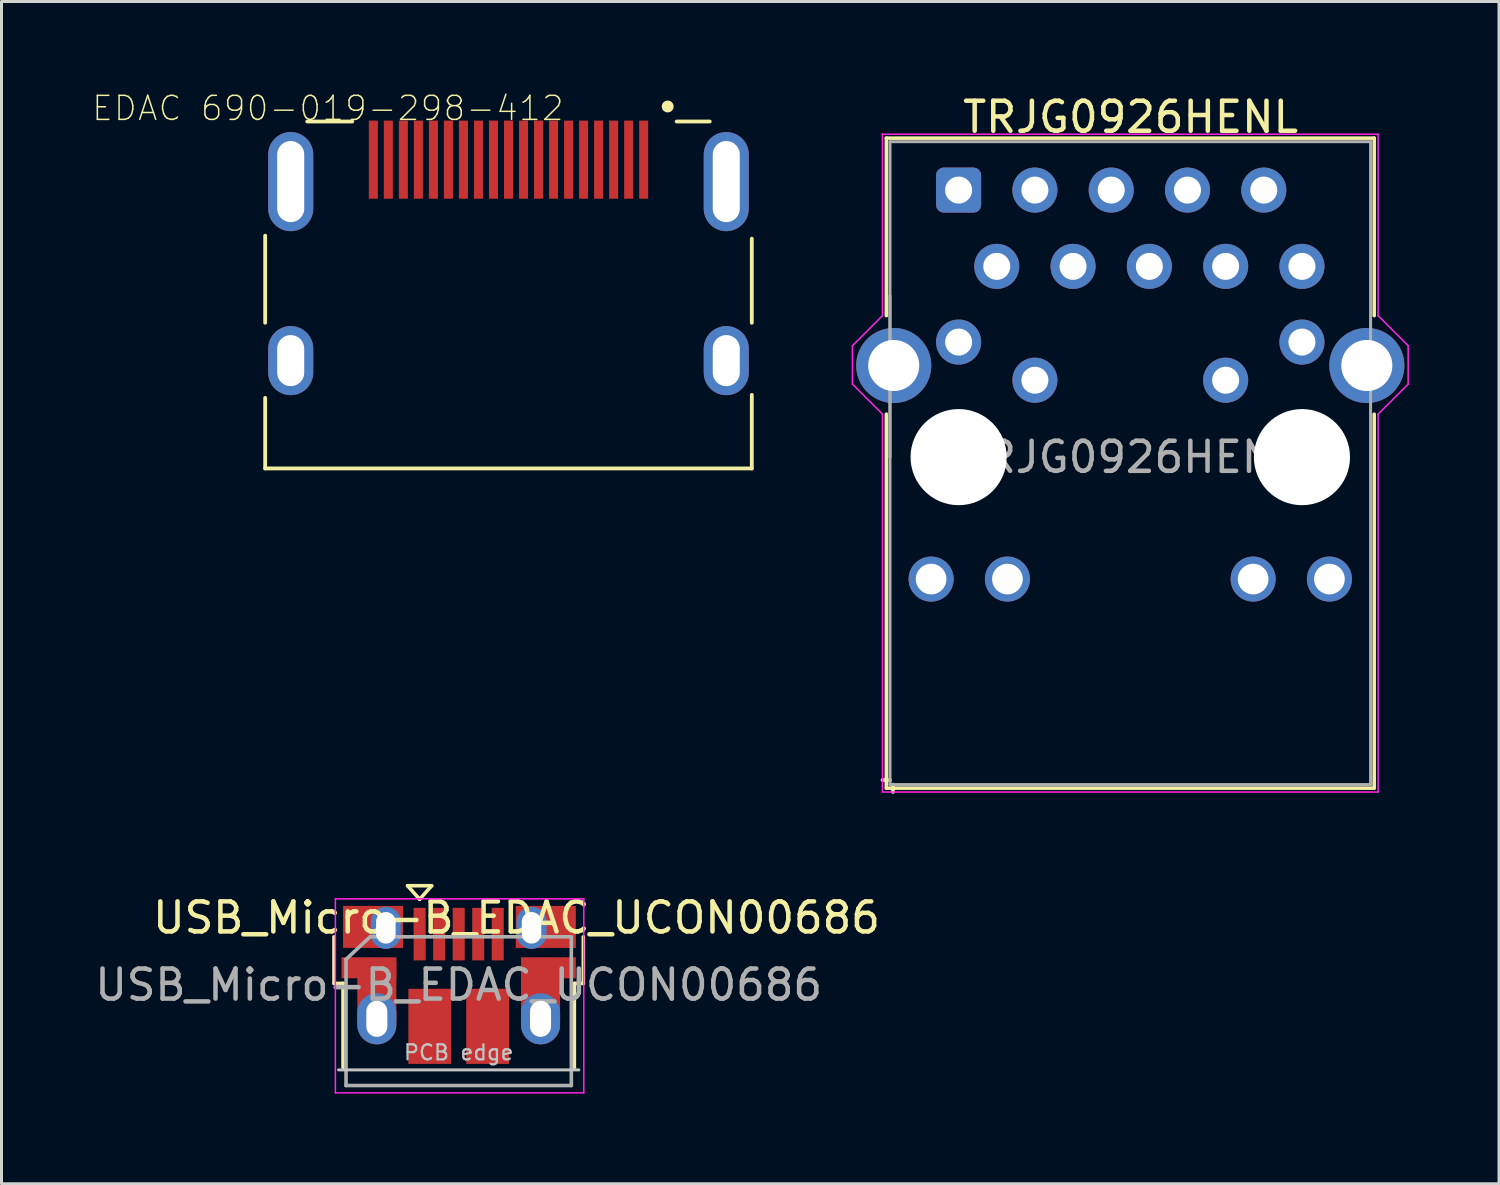
<source format=kicad_pcb>
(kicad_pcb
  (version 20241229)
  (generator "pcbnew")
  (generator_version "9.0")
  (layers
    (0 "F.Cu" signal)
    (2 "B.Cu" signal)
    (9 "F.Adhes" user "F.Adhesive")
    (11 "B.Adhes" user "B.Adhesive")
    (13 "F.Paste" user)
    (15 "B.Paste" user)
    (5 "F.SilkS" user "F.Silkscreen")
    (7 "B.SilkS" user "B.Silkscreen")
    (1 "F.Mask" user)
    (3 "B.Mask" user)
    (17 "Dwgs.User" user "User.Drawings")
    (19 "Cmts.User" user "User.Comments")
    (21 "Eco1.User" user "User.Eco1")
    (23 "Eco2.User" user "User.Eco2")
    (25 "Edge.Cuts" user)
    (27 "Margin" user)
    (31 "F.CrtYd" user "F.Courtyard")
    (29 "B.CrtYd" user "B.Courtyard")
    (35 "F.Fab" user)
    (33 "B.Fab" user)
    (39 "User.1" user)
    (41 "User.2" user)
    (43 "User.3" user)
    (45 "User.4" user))
  (footprint "EDAC 690-019-298-412"
    (layer "F.Cu")
    (at 13.878 2.995)
    (property "Reference" "EDAC 690-019-298-412" (at -6.011 -2.439 0) (layer "F.SilkS") (effects (font (size 0.8 0.8) (thickness 0.05))))
    (attr smd)
    (fp_line (start -8.1 4.7) (end -8.1 1.8) (stroke (width 0.127) (type solid)) (layer "F.SilkS"))
    (fp_line (start -8.1 9.55) (end -8.1 7.2) (stroke (width 0.127) (type solid)) (layer "F.SilkS"))
    (fp_line (start -8.1 9.55) (end 8.1 9.55) (stroke (width 0.127) (type solid)) (layer "F.SilkS"))
    (fp_line (start -6.7 -2) (end -5.2 -2) (stroke (width 0.127) (type solid)) (layer "F.SilkS"))
    (fp_line (start 5.6 -2) (end 6.7 -2) (stroke (width 0.127) (type solid)) (layer "F.SilkS"))
    (fp_line (start 8.1 1.9) (end 8.1 4.7) (stroke (width 0.127) (type solid)) (layer "F.SilkS"))
    (fp_line (start 8.1 7.1) (end 8.1 9.55) (stroke (width 0.127) (type solid)) (layer "F.SilkS"))
    (fp_circle (center 5.3 -2.5) (end 5.4 -2.5) (stroke (width 0.2) (type solid)) (fill no) (layer "F.SilkS"))
    (fp_line (start -8.35 -2.2) (end 8.4 -2.2) (stroke (width 0.05) (type solid)) (layer "Eco1.User"))
    (fp_line (start -8.35 8.5) (end -8.35 -2.2) (stroke (width 0.05) (type solid)) (layer "Eco1.User"))
    (fp_line (start -8.35 9.5) (end -8.35 8.5) (stroke (width 0.05) (type solid)) (layer "Eco1.User"))
    (fp_line (start 8.4 -2.2) (end 8.4 9.5) (stroke (width 0.05) (type solid)) (layer "Eco1.User"))
    (fp_line (start 8.4 9.5) (end -8.35 9.5) (stroke (width 0.05) (type solid)) (layer "Eco1.User"))
    (fp_line (start -8.1 -2) (end 8.1 -2) (stroke (width 0.127) (type solid)) (layer "Eco2.User"))
    (fp_line (start -8.1 8.5) (end -8.1 -2) (stroke (width 0.127) (type solid)) (layer "Eco2.User"))
    (fp_line (start -8.1 10.55) (end -8.1 8.5) (stroke (width 0.127) (type solid)) (layer "Eco2.User"))
    (fp_line (start 8.1 -2) (end 8.1 8.5) (stroke (width 0.127) (type solid)) (layer "Eco2.User"))
    (fp_line (start 8.1 8.5) (end 8.1 10.55) (stroke (width 0.127) (type solid)) (layer "Eco2.User"))
    (fp_line (start 8.1 10.55) (end -8.1 10.55) (stroke (width 0.127) (type solid)) (layer "Eco2.User"))
    (pad "1" smd rect (at 4.5 -0.73 90) (size 2.6 0.3) (layers "F.Cu" "F.Mask" "F.Paste"))
    (pad "2" smd rect (at 4 -0.73 90) (size 2.6 0.3) (layers "F.Cu" "F.Mask" "F.Paste"))
    (pad "3" smd rect (at 3.5 -0.73 90) (size 2.6 0.3) (layers "F.Cu" "F.Mask" "F.Paste"))
    (pad "4" smd rect (at 3 -0.73 90) (size 2.6 0.3) (layers "F.Cu" "F.Mask" "F.Paste"))
    (pad "5" smd rect (at 2.5 -0.73 90) (size 2.6 0.3) (layers "F.Cu" "F.Mask" "F.Paste"))
    (pad "6" smd rect (at 2 -0.73 90) (size 2.6 0.3) (layers "F.Cu" "F.Mask" "F.Paste"))
    (pad "7" smd rect (at 1.5 -0.73 90) (size 2.6 0.3) (layers "F.Cu" "F.Mask" "F.Paste"))
    (pad "8" smd rect (at 1 -0.73 90) (size 2.6 0.3) (layers "F.Cu" "F.Mask" "F.Paste"))
    (pad "9" smd rect (at 0.5 -0.73 90) (size 2.6 0.3) (layers "F.Cu" "F.Mask" "F.Paste"))
    (pad "10" smd rect (at 0 -0.73 90) (size 2.6 0.3) (layers "F.Cu" "F.Mask" "F.Paste"))
    (pad "11" smd rect (at -0.5 -0.73 90) (size 2.6 0.3) (layers "F.Cu" "F.Mask" "F.Paste"))
    (pad "12" smd rect (at -1 -0.73 90) (size 2.6 0.3) (layers "F.Cu" "F.Mask" "F.Paste"))
    (pad "13" smd rect (at -1.5 -0.73 90) (size 2.6 0.3) (layers "F.Cu" "F.Mask" "F.Paste"))
    (pad "14" smd rect (at -2 -0.73 90) (size 2.6 0.3) (layers "F.Cu" "F.Mask" "F.Paste"))
    (pad "15" smd rect (at -2.5 -0.73 90) (size 2.6 0.3) (layers "F.Cu" "F.Mask" "F.Paste"))
    (pad "16" smd rect (at -3 -0.73 90) (size 2.6 0.3) (layers "F.Cu" "F.Mask" "F.Paste"))
    (pad "17" smd rect (at -3.5 -0.73 90) (size 2.6 0.3) (layers "F.Cu" "F.Mask" "F.Paste"))
    (pad "18" smd rect (at -4 -0.73 90) (size 2.6 0.3) (layers "F.Cu" "F.Mask" "F.Paste"))
    (pad "19" smd rect (at -4.5 -0.73 90) (size 2.6 0.3) (layers "F.Cu" "F.Mask" "F.Paste"))
    (pad "SH1" thru_hole oval (at 7.25 0) (size 1.5 3.3) (drill oval 0.9 2.7) (layers "*.Cu" "*.Mask"))
    (pad "SH2" thru_hole oval (at -7.25 0) (size 1.5 3.3) (drill oval 0.9 2.7) (layers "*.Cu" "*.Mask"))
    (pad "SH3" thru_hole oval (at -7.25 5.96) (size 1.5 2.3) (drill oval 0.9 1.7) (layers "*.Cu" "*.Mask"))
    (pad "SH4" thru_hole oval (at 7.25 5.96) (size 1.5 2.3) (drill oval 0.9 1.7) (layers "*.Cu" "*.Mask")))
  (footprint "TRJG0926HENL"
    (layer "F.Cu")
    (at 34.578 12.168)
    (property "Reference" "TRJG0926HENL" (at 0.01 -11.32 0) (layer "F.SilkS") (effects (font (size 1 1) (thickness 0.15))))
    (attr through_hole)
    (fp_line (start -8.12 -10.62) (end -8.12 -4.71) (stroke (width 0.12) (type solid)) (layer "F.SilkS"))
    (fp_line (start -8.12 -10.62) (end 8.12 -10.62) (stroke (width 0.12) (type solid)) (layer "F.SilkS"))
    (fp_line (start -8.12 -1.43) (end -8.12 11.02) (stroke (width 0.12) (type solid)) (layer "F.SilkS"))
    (fp_line (start -8 10.75) (end -8.25 10.75) (stroke (width 0.12) (type solid)) (layer "F.SilkS"))
    (fp_line (start -7.9 10.9) (end -7.9 11.15) (stroke (width 0.12) (type solid)) (layer "F.SilkS"))
    (fp_line (start 8.12 -10.62) (end 8.12 -4.71) (stroke (width 0.12) (type solid)) (layer "F.SilkS"))
    (fp_line (start 8.12 -1.43) (end 8.12 11.02) (stroke (width 0.12) (type solid)) (layer "F.SilkS"))
    (fp_line (start 8.12 11.02) (end -8.12 11.02) (stroke (width 0.12) (type solid)) (layer "F.SilkS"))
    (fp_line (start -9.25 -2.43) (end -9.25 -3.71) (stroke (width 0.05) (type solid)) (layer "F.CrtYd"))
    (fp_line (start -9.25 -2.43) (end -8.25 -1.43) (stroke (width 0.05) (type solid)) (layer "F.CrtYd"))
    (fp_line (start -8.25 -10.75) (end 8.25 -10.75) (stroke (width 0.05) (type solid)) (layer "F.CrtYd"))
    (fp_line (start -8.25 -4.71) (end -9.25 -3.71) (stroke (width 0.05) (type solid)) (layer "F.CrtYd"))
    (fp_line (start -8.25 -4.71) (end -8.25 -10.76) (stroke (width 0.05) (type solid)) (layer "F.CrtYd"))
    (fp_line (start -8.25 -1.43) (end -8.25 11.15) (stroke (width 0.05) (type solid)) (layer "F.CrtYd"))
    (fp_line (start -8.25 11.15) (end 8.25 11.15) (stroke (width 0.05) (type solid)) (layer "F.CrtYd"))
    (fp_line (start 8.25 -4.71) (end 8.25 -10.75) (stroke (width 0.05) (type solid)) (layer "F.CrtYd"))
    (fp_line (start 8.25 -4.71) (end 9.25 -3.71) (stroke (width 0.05) (type solid)) (layer "F.CrtYd"))
    (fp_line (start 8.25 -1.43) (end 8.25 11.15) (stroke (width 0.05) (type solid)) (layer "F.CrtYd"))
    (fp_line (start 9.25 -2.43) (end 8.25 -1.43) (stroke (width 0.05) (type solid)) (layer "F.CrtYd"))
    (fp_line (start 9.25 -2.43) (end 9.25 -3.71) (stroke (width 0.05) (type solid)) (layer "F.CrtYd"))
    (fp_line (start -8 -10.5) (end -8 0) (stroke (width 0.1) (type solid)) (layer "F.Fab"))
    (fp_line (start -8 -10.5) (end 8 -10.5) (stroke (width 0.1) (type solid)) (layer "F.Fab"))
    (fp_line (start -8 -5.37) (end -8 10.9) (stroke (width 0.1) (type solid)) (layer "F.Fab"))
    (fp_line (start -8 10.9) (end 8 10.9) (stroke (width 0.1) (type solid)) (layer "F.Fab"))
    (fp_line (start 8 -10.5) (end 8 10.9) (stroke (width 0.1) (type solid)) (layer "F.Fab"))
    (fp_text user "${REFERENCE}" (at 0 0 0) (layer "F.Fab") (effects (font (size 1 1) (thickness 0.15))))
    (pad "" np_thru_hole circle (at -5.715 0) (size 3.2 3.2) (drill 3.2) (layers "*.Cu" "*.Mask"))
    (pad "" np_thru_hole circle (at 5.715 0) (size 3.2 3.2) (drill 3.2) (layers "*.Cu" "*.Mask"))
    (pad "1" thru_hole roundrect (at -5.715 -8.89) (size 1.5 1.5) (drill 0.9) (layers "*.Cu" "*.Mask") (roundrect_rratio 0.167))
    (pad "2" thru_hole circle (at -4.445 -6.35) (size 1.5 1.5) (drill 0.9) (layers "*.Cu" "*.Mask"))
    (pad "3" thru_hole circle (at -3.175 -8.89) (size 1.5 1.5) (drill 0.9) (layers "*.Cu" "*.Mask"))
    (pad "4" thru_hole circle (at -1.905 -6.35) (size 1.5 1.5) (drill 0.9) (layers "*.Cu" "*.Mask"))
    (pad "5" thru_hole circle (at -0.635 -8.89) (size 1.5 1.5) (drill 0.9) (layers "*.Cu" "*.Mask"))
    (pad "6" thru_hole circle (at 0.635 -6.35 90) (size 1.5 1.5) (drill 0.9) (layers "*.Cu" "*.Mask"))
    (pad "7" thru_hole circle (at 1.905 -8.89) (size 1.5 1.5) (drill 0.9) (layers "*.Cu" "*.Mask"))
    (pad "8" thru_hole circle (at 3.175 -6.35) (size 1.5 1.5) (drill 0.9) (layers "*.Cu" "*.Mask"))
    (pad "9" thru_hole circle (at 4.445 -8.89) (size 1.5 1.5) (drill 0.9) (layers "*.Cu" "*.Mask"))
    (pad "10" thru_hole circle (at 5.715 -6.35) (size 1.5 1.5) (drill 0.9) (layers "*.Cu" "*.Mask"))
    (pad "11" thru_hole circle (at -5.715 -3.83) (size 1.5 1.5) (drill 0.9) (layers "*.Cu" "*.Mask"))
    (pad "12" thru_hole circle (at -3.175 -2.56) (size 1.5 1.5) (drill 0.9) (layers "*.Cu" "*.Mask"))
    (pad "13" thru_hole circle (at 3.175 -2.56) (size 1.5 1.5) (drill 0.9) (layers "*.Cu" "*.Mask"))
    (pad "14" thru_hole circle (at 5.715 -3.83) (size 1.5 1.5) (drill 0.9) (layers "*.Cu" "*.Mask"))
    (pad "15" thru_hole circle (at -6.63 4.06) (size 1.5 1.5) (drill 1.02) (layers "*.Cu" "*.Mask"))
    (pad "16" thru_hole circle (at -4.09 4.06) (size 1.5 1.5) (drill 1.02) (layers "*.Cu" "*.Mask"))
    (pad "17" thru_hole circle (at 4.09 4.06) (size 1.5 1.5) (drill 1.02) (layers "*.Cu" "*.Mask"))
    (pad "18" thru_hole circle (at 6.63 4.06) (size 1.5 1.5) (drill 1.02) (layers "*.Cu" "*.Mask"))
    (pad "19" thru_hole circle (at -7.875 -3.05) (size 2.5 2.5) (drill 1.7) (layers "*.Cu" "*.Mask"))
    (pad "20" thru_hole circle (at 7.875 -3.05) (size 2.5 2.5) (drill 1.7) (layers "*.Cu" "*.Mask")))
  (footprint "USB_Micro-B_EDAC_UCON00686"
    (layer "F.Cu")
    (at 12.22 30.868)
    (property "Reference" "USB_Micro-B_EDAC_UCON00686" (at 1.925 -3.365 0) (layer "F.SilkS") (effects (font (size 1 1) (thickness 0.15))))
    (attr smd)
    (fp_line (start -4.15 -1.18) (end -4.15 -2.73) (stroke (width 0.12) (type solid)) (layer "F.SilkS"))
    (fp_line (start -4.15 -1.18) (end -3.85 -1.18) (stroke (width 0.12) (type solid)) (layer "F.SilkS"))
    (fp_line (start -3.85 1.62) (end -3.85 -1.18) (stroke (width 0.12) (type solid)) (layer "F.SilkS"))
    (fp_line (start -1.7 -4.43) (end -0.9 -4.43) (stroke (width 0.12) (type solid)) (layer "F.SilkS"))
    (fp_line (start -1.3 -3.98) (end -1.7 -4.43) (stroke (width 0.12) (type solid)) (layer "F.SilkS"))
    (fp_line (start -0.9 -4.43) (end -1.3 -3.98) (stroke (width 0.12) (type solid)) (layer "F.SilkS"))
    (fp_line (start 3.85 -1.18) (end 4.15 -1.18) (stroke (width 0.12) (type solid)) (layer "F.SilkS"))
    (fp_line (start 3.85 1.62) (end 3.85 -1.18) (stroke (width 0.12) (type solid)) (layer "F.SilkS"))
    (fp_line (start 4.15 -1.18) (end 4.15 -2.73) (stroke (width 0.12) (type solid)) (layer "F.SilkS"))
    (fp_line (start -4 1.7) (end 4 1.7) (stroke (width 0.1) (type solid)) (layer "Dwgs.User"))
    (fp_line (start -4.105 -3.995) (end -4.105 2.465) (stroke (width 0.05) (type solid)) (layer "F.CrtYd"))
    (fp_line (start -4.105 -3.995) (end 4.165 -3.995) (stroke (width 0.05) (type solid)) (layer "F.CrtYd"))
    (fp_line (start 4.165 2.465) (end -4.105 2.465) (stroke (width 0.05) (type solid)) (layer "F.CrtYd"))
    (fp_line (start 4.165 2.465) (end 4.165 -3.995) (stroke (width 0.05) (type solid)) (layer "F.CrtYd"))
    (fp_line (start -3.75 -1.98) (end -2.95 -2.73) (stroke (width 0.12) (type solid)) (layer "F.Fab"))
    (fp_line (start -3.75 2.22) (end -3.75 -1.98) (stroke (width 0.12) (type solid)) (layer "F.Fab"))
    (fp_line (start -2.95 -2.73) (end 3.75 -2.73) (stroke (width 0.12) (type solid)) (layer "F.Fab"))
    (fp_line (start 3.75 -2.73) (end 3.75 2.22) (stroke (width 0.12) (type solid)) (layer "F.Fab"))
    (fp_line (start 3.75 2.22) (end -3.75 2.22) (stroke (width 0.12) (type solid)) (layer "F.Fab"))
    (fp_text user "PCB edge" (at 0 1.12 0) (layer "Dwgs.User") (effects (font (size 0.5 0.5) (thickness 0.075))))
    (fp_text user "${REFERENCE}" (at 0 -1.13 0) (layer "F.Fab") (effects (font (size 1 1) (thickness 0.15))))
    (pad "1" smd rect (at -1.3 -2.82 90) (size 1.75 0.4) (layers "F.Cu" "F.Mask" "F.Paste"))
    (pad "2" smd rect (at -0.65 -2.82 90) (size 1.75 0.4) (layers "F.Cu" "F.Mask" "F.Paste"))
    (pad "3" smd rect (at 0 -2.82 90) (size 1.75 0.4) (layers "F.Cu" "F.Mask" "F.Paste"))
    (pad "4" smd rect (at 0.65 -2.82 90) (size 1.75 0.4) (layers "F.Cu" "F.Mask" "F.Paste"))
    (pad "5" smd rect (at 1.3 -2.82 90) (size 1.75 0.4) (layers "F.Cu" "F.Mask" "F.Paste"))
    (pad "6" smd rect (at -2.987 -1.7) (size 1.825 0.7) (layers "F.Cu" "F.Mask" "F.Paste"))
    (pad "6" smd rect (at -2.85 -3.06) (size 2 1.4) (layers "F.Cu" "F.Mask" "F.Paste"))
    (pad "6" smd rect (at -2.725 -0.93) (size 1.3 2) (layers "F.Cu" "F.Mask" "F.Paste"))
    (pad "6" thru_hole oval (at -2.725 0 90) (size 1.7 1.3) (drill oval 1.2 0.7) (layers "*.Cu" "*.Mask"))
    (pad "6" thru_hole oval (at -2.425 -3.03 90) (size 1.4 1) (drill oval 1.05 0.65) (layers "*.Cu" "*.Mask"))
    (pad "6" smd rect (at -0.963 0.25 90) (size 2.5 1.425) (layers "F.Cu" "F.Mask" "F.Paste"))
    (pad "6" smd rect (at 0.963 0.25 90) (size 2.5 1.425) (layers "F.Cu" "F.Mask" "F.Paste"))
    (pad "6" thru_hole oval (at 2.425 -3.03 90) (size 1.4 1) (drill oval 1.05 0.65) (layers "*.Cu" "*.Mask"))
    (pad "6" smd rect (at 2.725 -0.93) (size 1.3 2) (layers "F.Cu" "F.Mask" "F.Paste"))
    (pad "6" thru_hole oval (at 2.725 0 90) (size 1.7 1.3) (drill oval 1.2 0.7) (layers "*.Cu" "*.Mask"))
    (pad "6" smd rect (at 2.9 -3.06) (size 2 1.4) (layers "F.Cu" "F.Mask" "F.Paste"))
    (pad "6" smd rect (at 2.987 -1.7) (size 1.825 0.7) (layers "F.Cu" "F.Mask" "F.Paste")))
  (gr_rect
    (start -3 -3)
    (end 46.853 36.358)
    (stroke (width 0.1) (type default))
    (fill no)
    (layer "Edge.Cuts")))
</source>
